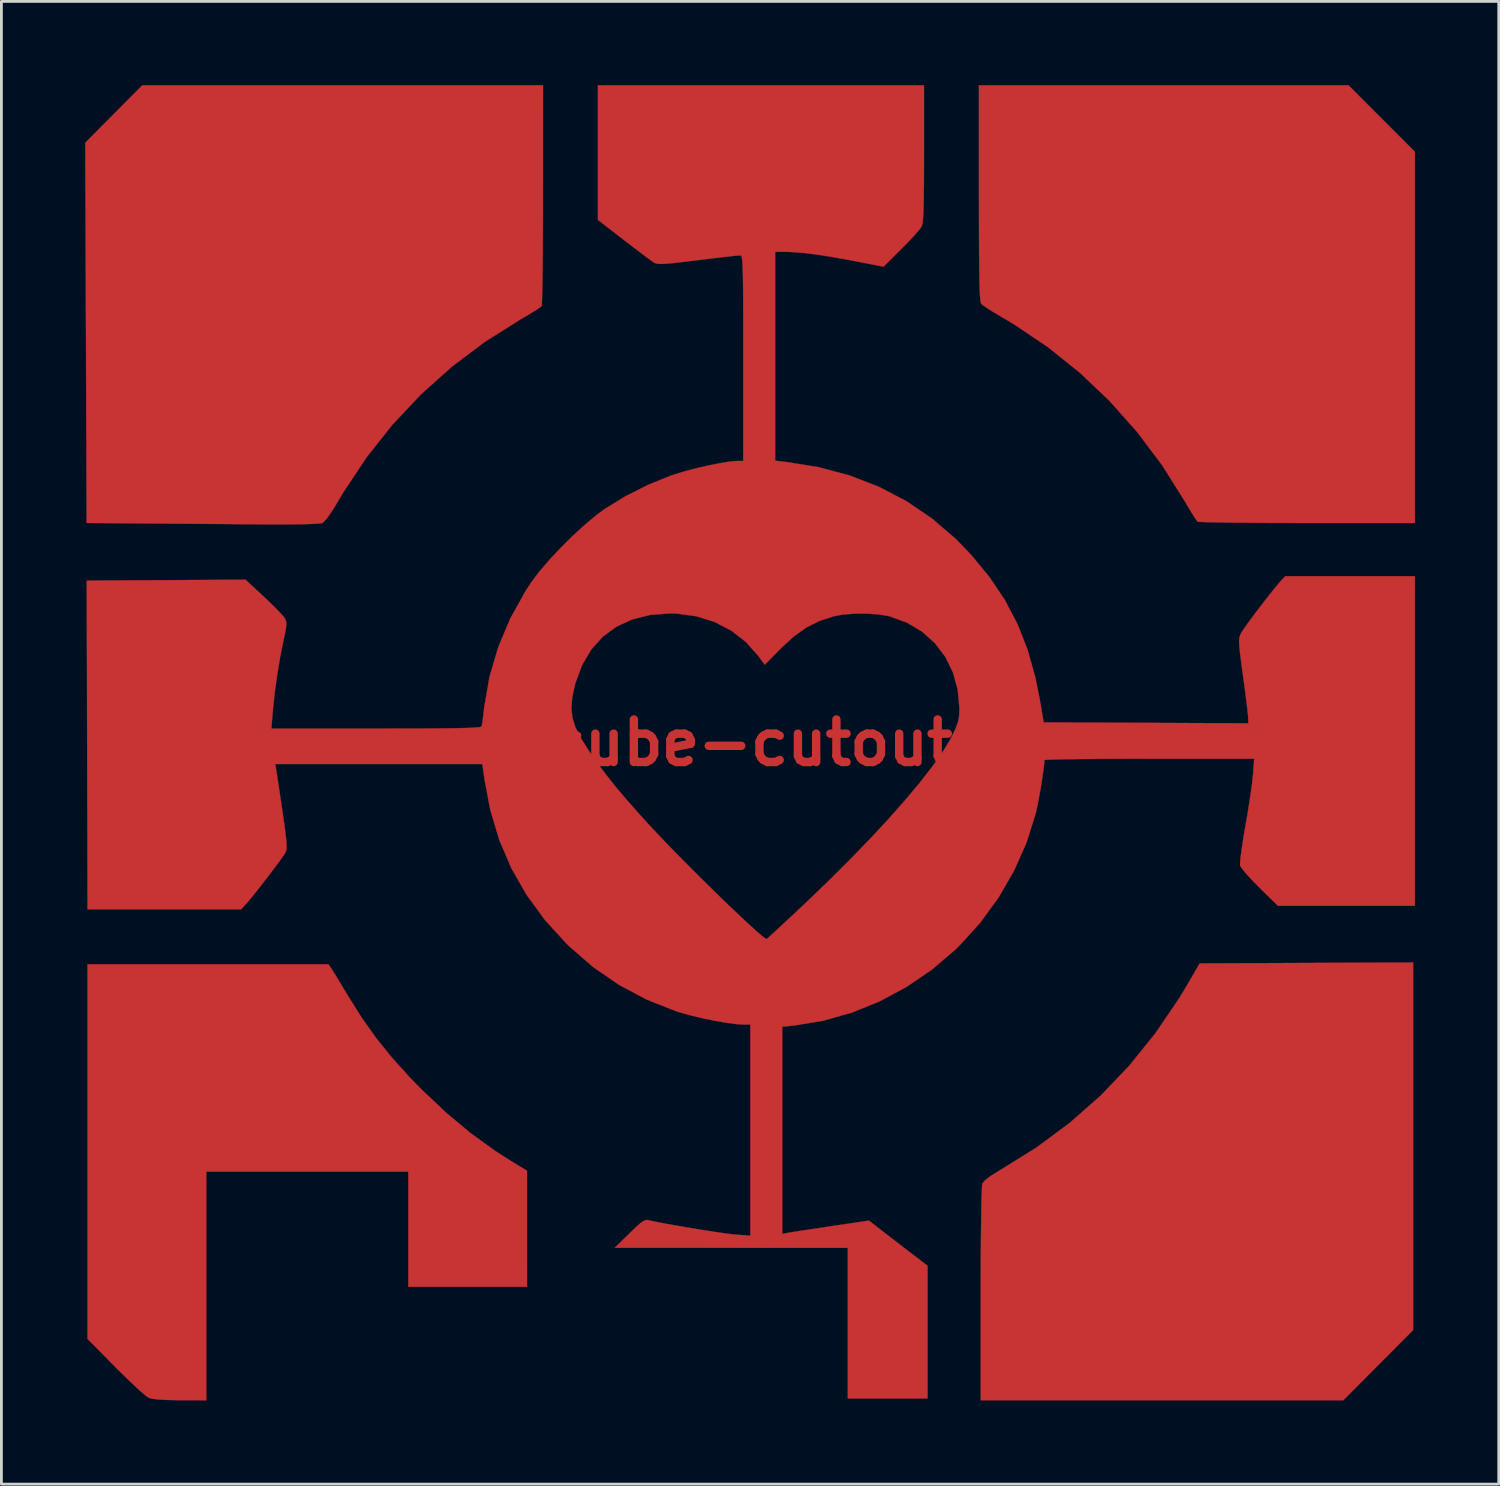
<source format=kicad_pcb>
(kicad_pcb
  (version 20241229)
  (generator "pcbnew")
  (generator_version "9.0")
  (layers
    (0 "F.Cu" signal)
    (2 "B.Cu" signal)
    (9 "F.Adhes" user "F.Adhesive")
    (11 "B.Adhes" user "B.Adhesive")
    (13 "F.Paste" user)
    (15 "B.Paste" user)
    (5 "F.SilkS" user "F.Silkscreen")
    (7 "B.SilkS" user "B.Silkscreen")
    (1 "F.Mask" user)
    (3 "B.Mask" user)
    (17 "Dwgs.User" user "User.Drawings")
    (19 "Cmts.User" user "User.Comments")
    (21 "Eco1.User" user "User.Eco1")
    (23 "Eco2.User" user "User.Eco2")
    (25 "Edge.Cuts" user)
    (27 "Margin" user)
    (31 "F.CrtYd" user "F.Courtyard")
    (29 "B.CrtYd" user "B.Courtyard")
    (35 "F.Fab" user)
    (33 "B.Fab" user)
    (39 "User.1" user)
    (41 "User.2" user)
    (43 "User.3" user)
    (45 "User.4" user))
  (footprint "cube-cutout"
    (layer "F.Cu")
    (at 23.835 23.564)
    (property "Reference" "cube-cutout" (at 0 0 0) (layer "F.Cu") (effects (font (size 1.524 1.524) (thickness 0.3))))
    (attr through_hole)
    (fp_poly (pts (xy 23.749 21.043) (xy 22.497 22.301) (xy 21.245 23.558) (xy 8.255 23.558) (xy 8.255 19.753) (xy 8.256 19.04) (xy 8.259 18.371) (xy 8.263 17.755) (xy 8.269 17.204) (xy 8.276 16.728) (xy 8.285 16.338) (xy 8.294 16.044) (xy 8.304 15.858) (xy 8.313 15.794) (xy 8.408 15.676) (xy 8.617 15.517) (xy 8.933 15.322) (xy 8.964 15.304) (xy 10.253 14.503) (xy 11.449 13.615) (xy 12.556 12.639) (xy 13.577 11.572) (xy 14.512 10.411) (xy 15.367 9.153) (xy 15.715 8.572) (xy 16.1 7.906) (xy 19.925 7.889) (xy 23.749 7.873) (xy 23.749 21.043)) (stroke (width 0.01) (type solid)) (fill yes) (layer "F.Cu"))
    (fp_poly (pts (xy -15.019 8.08) (xy -14.952 8.184) (xy -14.834 8.374) (xy -14.681 8.627) (xy -14.506 8.919) (xy -14.428 9.05) (xy -13.93 9.845) (xy -13.41 10.578) (xy -12.842 11.283) (xy -12.201 11.992) (xy -11.784 12.419) (xy -10.897 13.258) (xy -10.019 13.991) (xy -9.129 14.633) (xy -8.613 14.963) (xy -8.002 15.335) (xy -8.002 17.415) (xy -8.001 19.494) (xy -12.255 19.494) (xy -12.255 15.367) (xy -19.494 15.367) (xy -19.494 23.558) (xy -20.431 23.556) (xy -20.888 23.549) (xy -21.226 23.53) (xy -21.455 23.499) (xy -21.558 23.468) (xy -21.658 23.398) (xy -21.83 23.252) (xy -22.058 23.044) (xy -22.328 22.787) (xy -22.623 22.497) (xy -22.749 22.371) (xy -23.749 21.359) (xy -23.749 7.938) (xy -15.119 7.938) (xy -15.019 8.08)) (stroke (width 0.01) (type solid)) (fill yes) (layer "F.Cu"))
    (fp_poly (pts (xy 22.623 -22.367) (xy 23.812 -21.176) (xy 23.812 -7.874) (xy 19.955 -7.875) (xy 19.266 -7.876) (xy 18.613 -7.878) (xy 18.01 -7.882) (xy 17.465 -7.887) (xy 16.992 -7.892) (xy 16.6 -7.899) (xy 16.302 -7.906) (xy 16.108 -7.914) (xy 16.029 -7.922) (xy 16.028 -7.923) (xy 15.972 -7.993) (xy 15.868 -8.151) (xy 15.731 -8.375) (xy 15.574 -8.641) (xy 15.559 -8.668) (xy 14.758 -9.941) (xy 13.861 -11.135) (xy 12.874 -12.244) (xy 11.802 -13.263) (xy 10.65 -14.186) (xy 9.423 -15.009) (xy 8.985 -15.268) (xy 8.724 -15.422) (xy 8.501 -15.563) (xy 8.34 -15.674) (xy 8.271 -15.733) (xy 8.254 -15.783) (xy 8.239 -15.89) (xy 8.226 -16.061) (xy 8.216 -16.306) (xy 8.208 -16.63) (xy 8.202 -17.043) (xy 8.197 -17.552) (xy 8.194 -18.165) (xy 8.192 -18.889) (xy 8.191 -19.697) (xy 8.191 -23.558) (xy 21.433 -23.558) (xy 22.623 -22.367)) (stroke (width 0.01) (type solid)) (fill yes) (layer "F.Cu"))
    (fp_poly (pts (xy -7.43 -19.637) (xy -7.431 -18.942) (xy -7.434 -18.284) (xy -7.437 -17.675) (xy -7.442 -17.124) (xy -7.447 -16.644) (xy -7.454 -16.246) (xy -7.461 -15.94) (xy -7.469 -15.737) (xy -7.477 -15.65) (xy -7.478 -15.647) (xy -7.549 -15.591) (xy -7.707 -15.487) (xy -7.931 -15.35) (xy -8.197 -15.193) (xy -8.223 -15.178) (xy -9.503 -14.373) (xy -10.697 -13.474) (xy -11.803 -12.483) (xy -12.821 -11.402) (xy -13.748 -10.232) (xy -14.583 -8.975) (xy -14.764 -8.67) (xy -14.989 -8.299) (xy -15.167 -8.042) (xy -15.3 -7.899) (xy -15.349 -7.869) (xy -15.45 -7.855) (xy -15.66 -7.843) (xy -15.963 -7.833) (xy -16.341 -7.827) (xy -16.777 -7.824) (xy -17.253 -7.825) (xy -17.387 -7.826) (xy -17.943 -7.83) (xy -18.59 -7.835) (xy -19.292 -7.841) (xy -20.014 -7.846) (xy -20.721 -7.852) (xy -21.377 -7.857) (xy -21.526 -7.858) (xy -23.781 -7.876) (xy -23.805 -14.687) (xy -23.83 -21.498) (xy -21.788 -23.558) (xy -7.429 -23.558) (xy -7.43 -19.637)) (stroke (width 0.01) (type solid)) (fill yes) (layer "F.Cu"))
    (fp_poly (pts (xy 6.223 -21.111) (xy 6.222 -20.464) (xy 6.22 -19.933) (xy 6.215 -19.506) (xy 6.208 -19.171) (xy 6.197 -18.916) (xy 6.183 -18.73) (xy 6.166 -18.601) (xy 6.144 -18.518) (xy 6.132 -18.491) (xy 6.055 -18.384) (xy 5.905 -18.211) (xy 5.704 -17.994) (xy 5.47 -17.753) (xy 5.406 -17.69) (xy 4.77 -17.059) (xy 3.734 -17.261) (xy 2.999 -17.396) (xy 2.375 -17.494) (xy 1.849 -17.558) (xy 1.41 -17.587) (xy 1.256 -17.59) (xy 0.889 -17.59) (xy 0.889 -10.106) (xy 1.254 -10.065) (xy 2.435 -9.877) (xy 3.55 -9.58) (xy 4.601 -9.174) (xy 5.586 -8.66) (xy 6.505 -8.037) (xy 7.358 -7.306) (xy 7.915 -6.73) (xy 8.572 -5.931) (xy 9.122 -5.112) (xy 9.572 -4.253) (xy 9.933 -3.338) (xy 10.212 -2.346) (xy 10.376 -1.524) (xy 10.51 -0.73) (xy 14.177 -0.714) (xy 17.843 -0.697) (xy 17.841 -0.873) (xy 17.832 -0.987) (xy 17.808 -1.205) (xy 17.772 -1.506) (xy 17.726 -1.867) (xy 17.672 -2.268) (xy 17.657 -2.381) (xy 17.596 -2.826) (xy 17.553 -3.163) (xy 17.526 -3.411) (xy 17.514 -3.589) (xy 17.516 -3.714) (xy 17.532 -3.805) (xy 17.56 -3.88) (xy 17.579 -3.92) (xy 17.654 -4.039) (xy 17.791 -4.234) (xy 17.973 -4.483) (xy 18.184 -4.764) (xy 18.406 -5.053) (xy 18.621 -5.329) (xy 18.814 -5.57) (xy 18.966 -5.751) (xy 19.031 -5.823) (xy 19.171 -5.969) (xy 23.812 -5.969) (xy 23.812 5.842) (xy 18.905 5.842) (xy 18.245 5.193) (xy 18.006 4.951) (xy 17.801 4.729) (xy 17.646 4.546) (xy 17.56 4.424) (xy 17.548 4.398) (xy 17.548 4.294) (xy 17.569 4.086) (xy 17.608 3.795) (xy 17.661 3.443) (xy 17.727 3.051) (xy 17.744 2.954) (xy 17.819 2.521) (xy 17.887 2.091) (xy 17.946 1.695) (xy 17.989 1.362) (xy 18.014 1.122) (xy 18.015 1.113) (xy 18.053 0.571) (xy 14.297 0.571) (xy 13.619 0.572) (xy 12.981 0.575) (xy 12.393 0.578) (xy 11.866 0.583) (xy 11.412 0.589) (xy 11.041 0.595) (xy 10.765 0.603) (xy 10.594 0.611) (xy 10.54 0.619) (xy 10.525 0.798) (xy 10.49 1.067) (xy 10.441 1.393) (xy 10.383 1.741) (xy 10.322 2.078) (xy 10.263 2.37) (xy 10.223 2.541) (xy 9.895 3.578) (xy 9.449 4.584) (xy 8.895 5.543) (xy 8.241 6.441) (xy 7.498 7.263) (xy 7.344 7.412) (xy 6.502 8.13) (xy 5.594 8.749) (xy 4.633 9.265) (xy 3.631 9.671) (xy 2.6 9.962) (xy 1.572 10.13) (xy 1.143 10.175) (xy 1.143 17.603) (xy 1.286 17.571) (xy 1.389 17.553) (xy 1.597 17.519) (xy 1.89 17.473) (xy 2.249 17.419) (xy 2.652 17.358) (xy 2.839 17.33) (xy 4.25 17.121) (xy 4.649 17.432) (xy 4.863 17.598) (xy 5.14 17.812) (xy 5.443 18.045) (xy 5.699 18.242) (xy 6.35 18.74) (xy 6.35 23.495) (xy 3.493 23.495) (xy 3.493 18.098) (xy -4.858 18.096) (xy -4.335 17.581) (xy -4.098 17.354) (xy -3.929 17.206) (xy -3.809 17.126) (xy -3.718 17.099) (xy -3.664 17.104) (xy -3.448 17.152) (xy -3.136 17.213) (xy -2.755 17.282) (xy -2.332 17.355) (xy -1.895 17.428) (xy -1.471 17.495) (xy -1.089 17.553) (xy -0.776 17.596) (xy -0.559 17.62) (xy -0.556 17.62) (xy 0 17.664) (xy 0 10.097) (xy -0.248 10.097) (xy -0.518 10.079) (xy -0.877 10.03) (xy -1.291 9.957) (xy -1.728 9.867) (xy -2.155 9.764) (xy -2.538 9.657) (xy -2.661 9.618) (xy -3.707 9.205) (xy -4.695 8.68) (xy -5.62 8.045) (xy -6.48 7.302) (xy -6.577 7.207) (xy -7.354 6.356) (xy -8.015 5.452) (xy -8.563 4.494) (xy -8.997 3.478) (xy -9.319 2.402) (xy -9.524 1.318) (xy -9.602 0.762) (xy -13.313 0.762) (xy -17.024 0.762) (xy -16.989 0.968) (xy -16.969 1.093) (xy -16.934 1.321) (xy -16.888 1.629) (xy -16.833 1.995) (xy -16.774 2.395) (xy -16.763 2.47) (xy -16.699 2.917) (xy -16.654 3.256) (xy -16.627 3.506) (xy -16.616 3.683) (xy -16.621 3.806) (xy -16.64 3.891) (xy -16.656 3.93) (xy -16.724 4.037) (xy -16.855 4.221) (xy -17.032 4.46) (xy -17.238 4.733) (xy -17.456 5.017) (xy -17.671 5.29) (xy -17.864 5.531) (xy -18.019 5.718) (xy -18.087 5.794) (xy -18.248 5.969) (xy -23.749 5.969) (xy -23.762 0.318) (xy -23.764 -0.524) (xy -23.766 -1.333) (xy -23.767 -2.1) (xy -23.769 -2.815) (xy -23.771 -3.469) (xy -23.772 -4.052) (xy -23.774 -4.555) (xy -23.775 -4.969) (xy -23.776 -5.283) (xy -23.777 -5.488) (xy -23.778 -5.572) (xy -23.781 -5.81) (xy -18.089 -5.843) (xy -17.421 -5.224) (xy -17.173 -4.988) (xy -16.955 -4.77) (xy -16.785 -4.59) (xy -16.684 -4.468) (xy -16.67 -4.445) (xy -16.636 -4.354) (xy -16.626 -4.24) (xy -16.644 -4.076) (xy -16.691 -3.832) (xy -16.732 -3.646) (xy -16.843 -3.096) (xy -16.947 -2.471) (xy -17.037 -1.824) (xy -17.105 -1.207) (xy -17.12 -1.032) (xy -17.161 -0.508) (xy -13.405 -0.508) (xy -12.587 -0.509) (xy -11.887 -0.51) (xy -11.299 -0.513) (xy -10.815 -0.518) (xy -10.425 -0.524) (xy -10.123 -0.532) (xy -9.899 -0.542) (xy -9.748 -0.555) (xy -9.659 -0.569) (xy -9.626 -0.586) (xy -9.626 -0.587) (xy -9.609 -0.682) (xy -9.583 -0.87) (xy -9.552 -1.122) (xy -9.536 -1.256) (xy -6.413 -1.256) (xy -6.379 -0.915) (xy -6.275 -0.574) (xy -6.094 -0.204) (xy -5.829 0.222) (xy -5.773 0.304) (xy -5.471 0.739) (xy -5.157 1.16) (xy -4.815 1.589) (xy -4.427 2.048) (xy -3.976 2.559) (xy -3.618 2.953) (xy -3.323 3.269) (xy -2.985 3.622) (xy -2.616 4.002) (xy -2.225 4.397) (xy -1.823 4.798) (xy -1.421 5.196) (xy -1.028 5.579) (xy -0.655 5.938) (xy -0.312 6.263) (xy -0.01 6.544) (xy 0.241 6.77) (xy 0.431 6.932) (xy 0.549 7.019) (xy 0.582 7.032) (xy 0.637 6.986) (xy 0.773 6.864) (xy 0.977 6.677) (xy 1.236 6.436) (xy 1.54 6.153) (xy 1.876 5.838) (xy 1.939 5.779) (xy 2.764 4.988) (xy 3.542 4.214) (xy 4.268 3.465) (xy 4.934 2.749) (xy 5.535 2.071) (xy 6.064 1.439) (xy 6.514 0.861) (xy 6.881 0.344) (xy 7.156 -0.106) (xy 7.248 -0.282) (xy 7.372 -0.552) (xy 7.446 -0.76) (xy 7.482 -0.955) (xy 7.492 -1.187) (xy 7.492 -1.235) (xy 7.432 -1.901) (xy 7.261 -2.518) (xy 6.987 -3.077) (xy 6.616 -3.568) (xy 6.156 -3.98) (xy 5.616 -4.303) (xy 5.002 -4.528) (xy 4.976 -4.535) (xy 4.615 -4.598) (xy 4.183 -4.629) (xy 3.73 -4.627) (xy 3.307 -4.593) (xy 3.014 -4.539) (xy 2.487 -4.37) (xy 2.014 -4.135) (xy 1.564 -3.816) (xy 1.106 -3.395) (xy 1.1 -3.389) (xy 0.517 -2.797) (xy 0.281 -3.119) (xy -0.161 -3.616) (xy -0.685 -4.021) (xy -1.278 -4.328) (xy -1.929 -4.532) (xy -2.628 -4.628) (xy -2.884 -4.635) (xy -3.593 -4.58) (xy -4.233 -4.421) (xy -4.799 -4.16) (xy -5.29 -3.799) (xy -5.699 -3.343) (xy -6.025 -2.792) (xy -6.263 -2.152) (xy -6.291 -2.047) (xy -6.381 -1.624) (xy -6.413 -1.256) (xy -9.536 -1.256) (xy -9.532 -1.293) (xy -9.345 -2.365) (xy -9.036 -3.416) (xy -8.608 -4.438) (xy -8.064 -5.42) (xy -7.851 -5.747) (xy -7.575 -6.116) (xy -7.219 -6.531) (xy -6.812 -6.968) (xy -6.377 -7.4) (xy -5.941 -7.801) (xy -5.53 -8.146) (xy -5.217 -8.377) (xy -4.463 -8.839) (xy -3.658 -9.245) (xy -2.854 -9.569) (xy -2.7 -9.621) (xy -2.341 -9.729) (xy -1.94 -9.835) (xy -1.528 -9.93) (xy -1.135 -10.01) (xy -0.792 -10.067) (xy -0.531 -10.095) (xy -0.473 -10.097) (xy -0.254 -10.097) (xy -0.254 -13.78) (xy -0.254 -14.557) (xy -0.255 -15.217) (xy -0.256 -15.769) (xy -0.259 -16.223) (xy -0.263 -16.588) (xy -0.269 -16.874) (xy -0.277 -17.09) (xy -0.287 -17.247) (xy -0.3 -17.353) (xy -0.315 -17.418) (xy -0.334 -17.452) (xy -0.356 -17.464) (xy -0.365 -17.465) (xy -0.458 -17.458) (xy -0.658 -17.437) (xy -0.944 -17.405) (xy -1.297 -17.364) (xy -1.697 -17.315) (xy -1.889 -17.291) (xy -2.352 -17.235) (xy -2.707 -17.194) (xy -2.97 -17.168) (xy -3.157 -17.157) (xy -3.287 -17.159) (xy -3.376 -17.174) (xy -3.441 -17.201) (xy -3.456 -17.21) (xy -3.555 -17.278) (xy -3.735 -17.41) (xy -3.976 -17.591) (xy -4.26 -17.807) (xy -4.536 -18.019) (xy -5.461 -18.735) (xy -5.461 -23.558) (xy 6.223 -23.558) (xy 6.223 -21.111)) (stroke (width 0.01) (type solid)) (fill yes) (layer "F.Cu")))
  (gr_rect
    (start -3 -3)
    (end 50.652 50.127)
    (stroke (width 0.1) (type default))
    (fill no)
    (layer "Edge.Cuts")))
</source>
